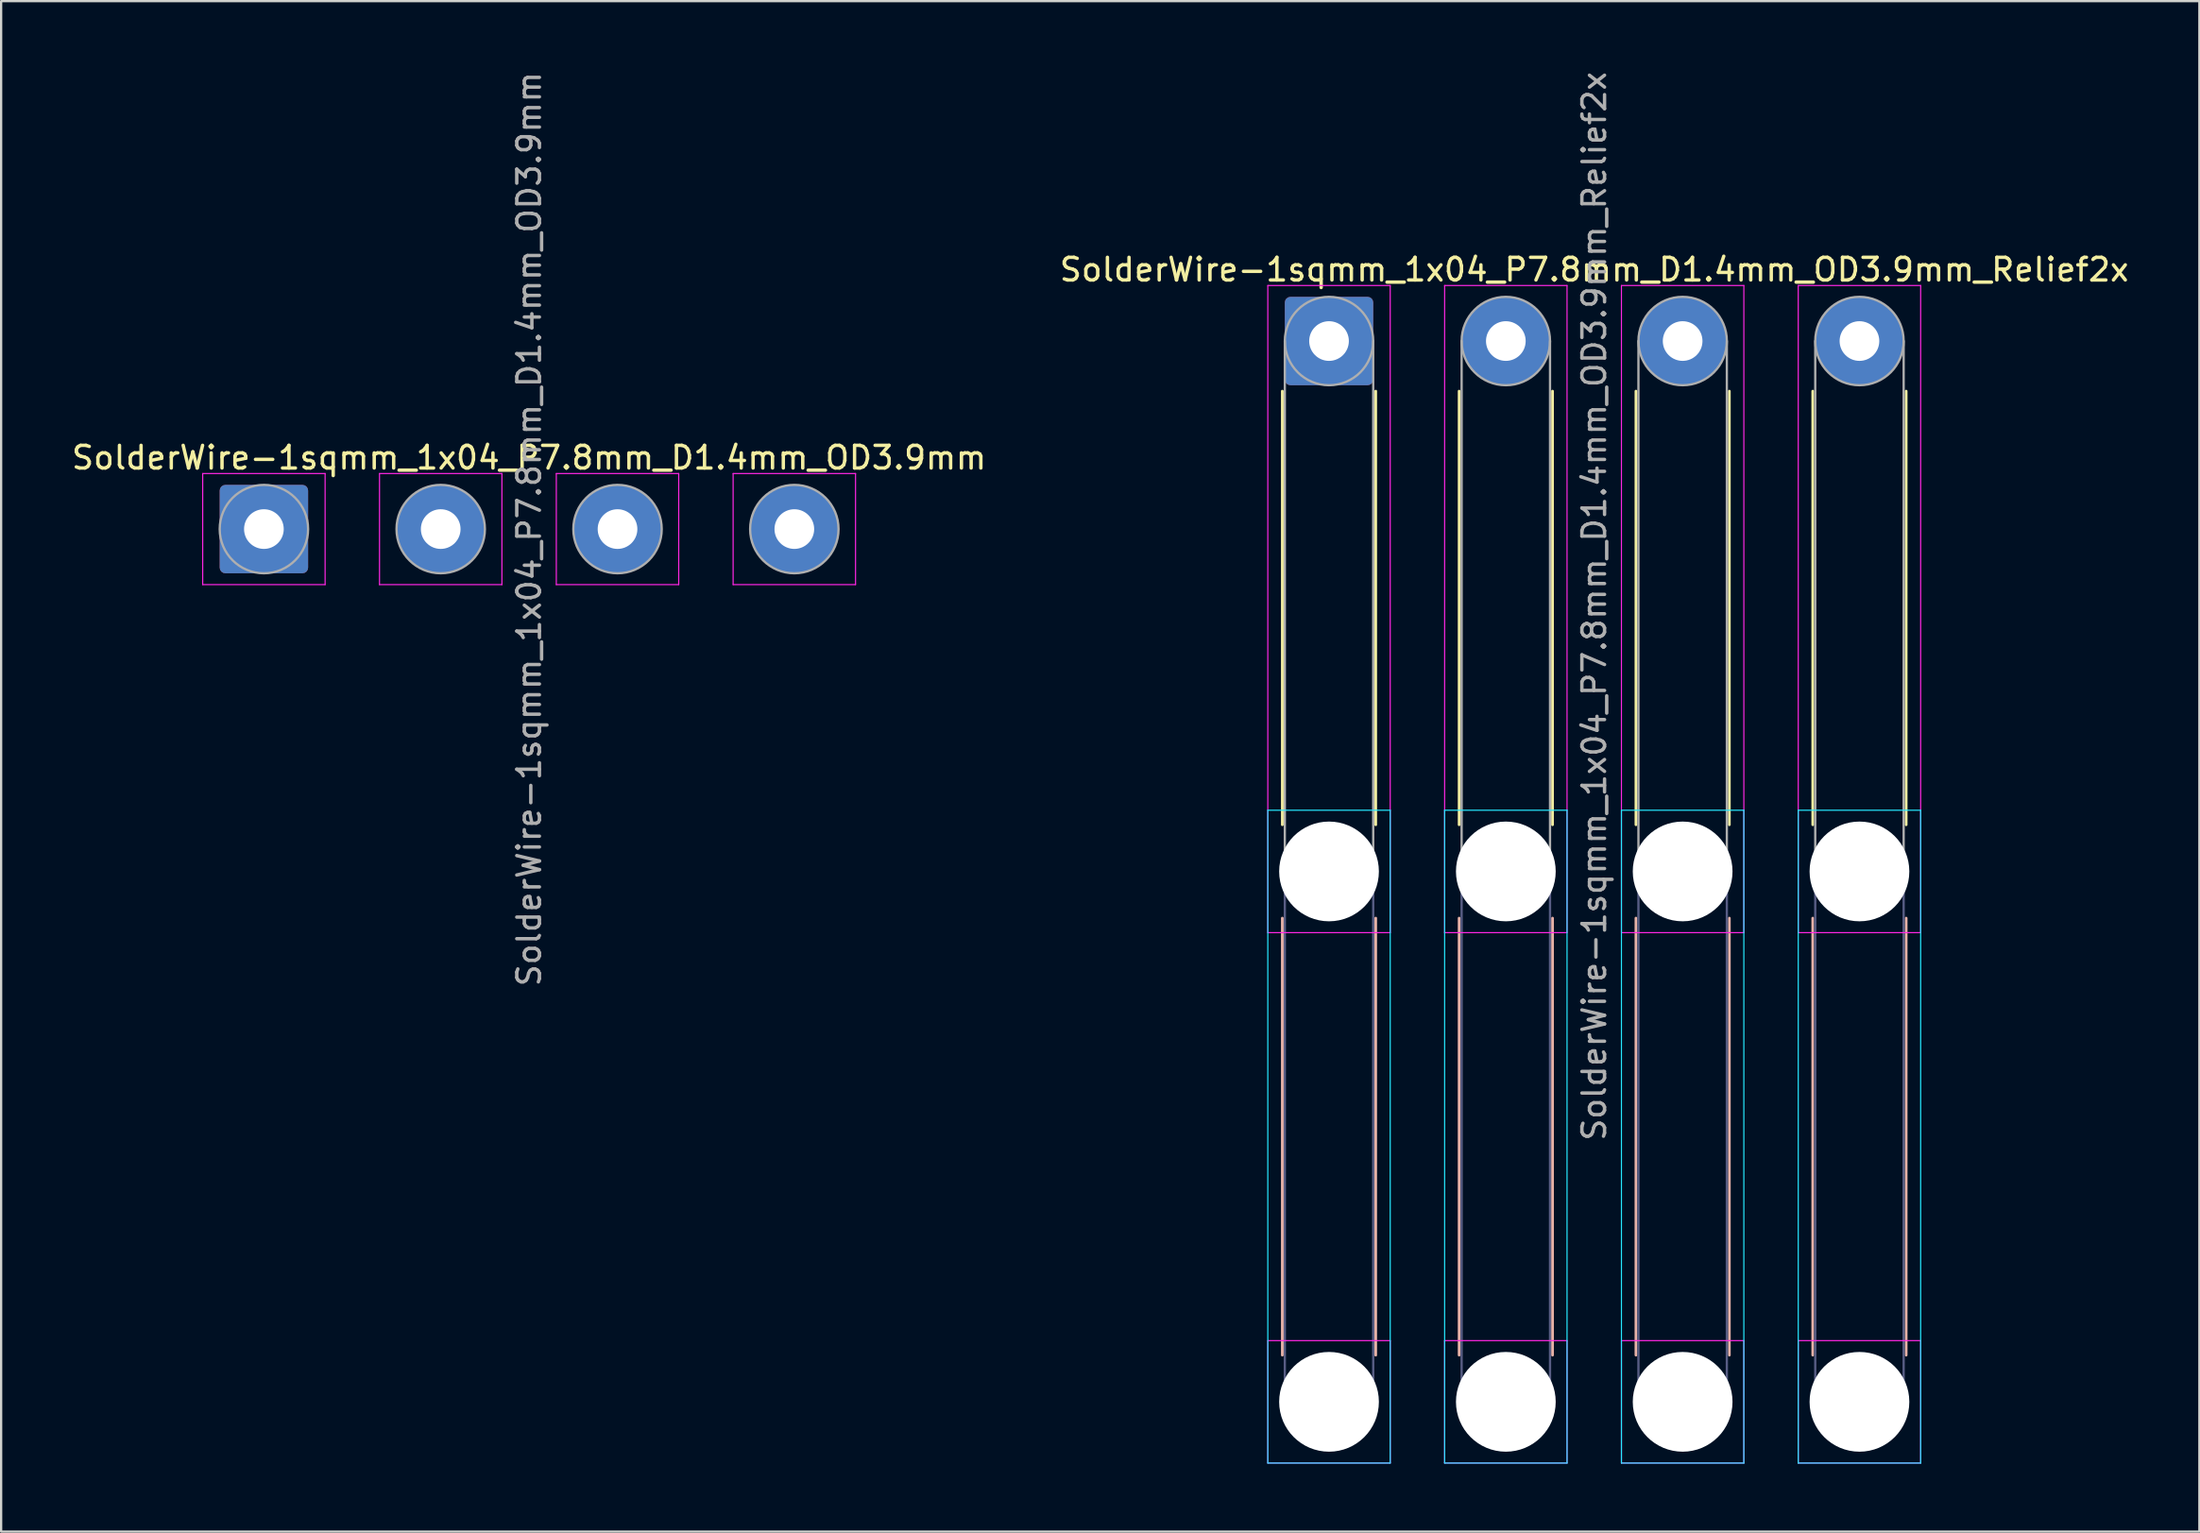
<source format=kicad_pcb>
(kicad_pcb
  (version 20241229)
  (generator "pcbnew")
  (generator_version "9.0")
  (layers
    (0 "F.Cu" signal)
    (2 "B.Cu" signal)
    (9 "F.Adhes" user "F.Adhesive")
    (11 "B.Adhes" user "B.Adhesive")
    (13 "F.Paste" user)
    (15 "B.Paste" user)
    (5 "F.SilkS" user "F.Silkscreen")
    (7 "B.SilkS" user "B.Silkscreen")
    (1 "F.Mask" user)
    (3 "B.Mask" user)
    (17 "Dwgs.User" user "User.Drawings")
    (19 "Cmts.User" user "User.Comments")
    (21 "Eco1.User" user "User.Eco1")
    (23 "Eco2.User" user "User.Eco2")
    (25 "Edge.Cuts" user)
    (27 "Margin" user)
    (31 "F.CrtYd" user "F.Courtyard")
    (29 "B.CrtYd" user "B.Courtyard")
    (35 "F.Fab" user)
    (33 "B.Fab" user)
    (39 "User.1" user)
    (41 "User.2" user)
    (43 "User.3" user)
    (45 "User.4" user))
  (footprint "SolderWire-1sqmm_1x04_P7.8mm_D1.4mm_OD3.9mm"
    (layer "F.Cu")
    (at 8.592 20.292)
    (property "Reference" "SolderWire-1sqmm_1x04_P7.8mm_D1.4mm_OD3.9mm" (at 11.7 -3.15 0) (layer "F.SilkS") (effects (font (size 1 1) (thickness 0.15))))
    (attr exclude_from_pos_files exclude_from_bom)
    (fp_line (start -2.7 -2.45) (end -2.7 2.45) (stroke (width 0.05) (type solid)) (layer "F.CrtYd"))
    (fp_line (start -2.7 2.45) (end 2.7 2.45) (stroke (width 0.05) (type solid)) (layer "F.CrtYd"))
    (fp_line (start 2.7 -2.45) (end -2.7 -2.45) (stroke (width 0.05) (type solid)) (layer "F.CrtYd"))
    (fp_line (start 2.7 2.45) (end 2.7 -2.45) (stroke (width 0.05) (type solid)) (layer "F.CrtYd"))
    (fp_line (start 5.1 -2.45) (end 5.1 2.45) (stroke (width 0.05) (type solid)) (layer "F.CrtYd"))
    (fp_line (start 5.1 2.45) (end 10.5 2.45) (stroke (width 0.05) (type solid)) (layer "F.CrtYd"))
    (fp_line (start 10.5 -2.45) (end 5.1 -2.45) (stroke (width 0.05) (type solid)) (layer "F.CrtYd"))
    (fp_line (start 10.5 2.45) (end 10.5 -2.45) (stroke (width 0.05) (type solid)) (layer "F.CrtYd"))
    (fp_line (start 12.9 -2.45) (end 12.9 2.45) (stroke (width 0.05) (type solid)) (layer "F.CrtYd"))
    (fp_line (start 12.9 2.45) (end 18.3 2.45) (stroke (width 0.05) (type solid)) (layer "F.CrtYd"))
    (fp_line (start 18.3 -2.45) (end 12.9 -2.45) (stroke (width 0.05) (type solid)) (layer "F.CrtYd"))
    (fp_line (start 18.3 2.45) (end 18.3 -2.45) (stroke (width 0.05) (type solid)) (layer "F.CrtYd"))
    (fp_line (start 20.7 -2.45) (end 20.7 2.45) (stroke (width 0.05) (type solid)) (layer "F.CrtYd"))
    (fp_line (start 20.7 2.45) (end 26.1 2.45) (stroke (width 0.05) (type solid)) (layer "F.CrtYd"))
    (fp_line (start 26.1 -2.45) (end 20.7 -2.45) (stroke (width 0.05) (type solid)) (layer "F.CrtYd"))
    (fp_line (start 26.1 2.45) (end 26.1 -2.45) (stroke (width 0.05) (type solid)) (layer "F.CrtYd"))
    (fp_circle (center 0 0) (end 1.95 0) (stroke (width 0.1) (type solid)) (fill no) (layer "F.Fab"))
    (fp_circle (center 7.8 0) (end 9.75 0) (stroke (width 0.1) (type solid)) (fill no) (layer "F.Fab"))
    (fp_circle (center 15.6 0) (end 17.55 0) (stroke (width 0.1) (type solid)) (fill no) (layer "F.Fab"))
    (fp_circle (center 23.4 0) (end 25.35 0) (stroke (width 0.1) (type solid)) (fill no) (layer "F.Fab"))
    (fp_text user "${REFERENCE}" (at 11.7 0 90) (layer "F.Fab") (effects (font (size 1 1) (thickness 0.15))))
    (pad "1" thru_hole roundrect (at 0 0) (size 3.9 3.9) (drill 1.75) (layers "*.Cu" "*.Mask") (roundrect_rratio 0.064))
    (pad "2" thru_hole circle (at 7.8 0) (size 3.9 3.9) (drill 1.75) (layers "*.Cu" "*.Mask"))
    (pad "3" thru_hole circle (at 15.6 0) (size 3.9 3.9) (drill 1.75) (layers "*.Cu" "*.Mask"))
    (pad "4" thru_hole circle (at 23.4 0) (size 3.9 3.9) (drill 1.75) (layers "*.Cu" "*.Mask")))
  (footprint "SolderWire-1sqmm_1x04_P7.8mm_D1.4mm_OD3.9mm_Relief2x"
    (layer "F.Cu")
    (at 55.58 11.996)
    (property "Reference" "SolderWire-1sqmm_1x04_P7.8mm_D1.4mm_OD3.9mm_Relief2x" (at 11.7 -3.15 0) (layer "F.SilkS") (effects (font (size 1 1) (thickness 0.15))))
    (attr exclude_from_pos_files exclude_from_bom)
    (fp_line (start -2.06 2.21) (end -2.06 21.34) (stroke (width 0.12) (type solid)) (layer "F.SilkS"))
    (fp_line (start 2.06 2.21) (end 2.06 21.34) (stroke (width 0.12) (type solid)) (layer "F.SilkS"))
    (fp_line (start 5.74 2.21) (end 5.74 21.34) (stroke (width 0.12) (type solid)) (layer "F.SilkS"))
    (fp_line (start 9.86 2.21) (end 9.86 21.34) (stroke (width 0.12) (type solid)) (layer "F.SilkS"))
    (fp_line (start 13.54 2.21) (end 13.54 21.34) (stroke (width 0.12) (type solid)) (layer "F.SilkS"))
    (fp_line (start 17.66 2.21) (end 17.66 21.34) (stroke (width 0.12) (type solid)) (layer "F.SilkS"))
    (fp_line (start 21.34 2.21) (end 21.34 21.34) (stroke (width 0.12) (type solid)) (layer "F.SilkS"))
    (fp_line (start 25.46 2.21) (end 25.46 21.34) (stroke (width 0.12) (type solid)) (layer "F.SilkS"))
    (fp_line (start -2.06 25.46) (end -2.06 44.74) (stroke (width 0.12) (type solid)) (layer "B.SilkS"))
    (fp_line (start 2.06 25.46) (end 2.06 44.74) (stroke (width 0.12) (type solid)) (layer "B.SilkS"))
    (fp_line (start 5.74 25.46) (end 5.74 44.74) (stroke (width 0.12) (type solid)) (layer "B.SilkS"))
    (fp_line (start 9.86 25.46) (end 9.86 44.74) (stroke (width 0.12) (type solid)) (layer "B.SilkS"))
    (fp_line (start 13.54 25.46) (end 13.54 44.74) (stroke (width 0.12) (type solid)) (layer "B.SilkS"))
    (fp_line (start 17.66 25.46) (end 17.66 44.74) (stroke (width 0.12) (type solid)) (layer "B.SilkS"))
    (fp_line (start 21.34 25.46) (end 21.34 44.74) (stroke (width 0.12) (type solid)) (layer "B.SilkS"))
    (fp_line (start 25.46 25.46) (end 25.46 44.74) (stroke (width 0.12) (type solid)) (layer "B.SilkS"))
    (fp_line (start -2.7 20.7) (end -2.7 49.5) (stroke (width 0.05) (type solid)) (layer "B.CrtYd"))
    (fp_line (start -2.7 49.5) (end 2.7 49.5) (stroke (width 0.05) (type solid)) (layer "B.CrtYd"))
    (fp_line (start 2.7 20.7) (end -2.7 20.7) (stroke (width 0.05) (type solid)) (layer "B.CrtYd"))
    (fp_line (start 2.7 49.5) (end 2.7 20.7) (stroke (width 0.05) (type solid)) (layer "B.CrtYd"))
    (fp_line (start 5.1 20.7) (end 5.1 49.5) (stroke (width 0.05) (type solid)) (layer "B.CrtYd"))
    (fp_line (start 5.1 49.5) (end 10.5 49.5) (stroke (width 0.05) (type solid)) (layer "B.CrtYd"))
    (fp_line (start 10.5 20.7) (end 5.1 20.7) (stroke (width 0.05) (type solid)) (layer "B.CrtYd"))
    (fp_line (start 10.5 49.5) (end 10.5 20.7) (stroke (width 0.05) (type solid)) (layer "B.CrtYd"))
    (fp_line (start 12.9 20.7) (end 12.9 49.5) (stroke (width 0.05) (type solid)) (layer "B.CrtYd"))
    (fp_line (start 12.9 49.5) (end 18.3 49.5) (stroke (width 0.05) (type solid)) (layer "B.CrtYd"))
    (fp_line (start 18.3 20.7) (end 12.9 20.7) (stroke (width 0.05) (type solid)) (layer "B.CrtYd"))
    (fp_line (start 18.3 49.5) (end 18.3 20.7) (stroke (width 0.05) (type solid)) (layer "B.CrtYd"))
    (fp_line (start 20.7 20.7) (end 20.7 49.5) (stroke (width 0.05) (type solid)) (layer "B.CrtYd"))
    (fp_line (start 20.7 49.5) (end 26.1 49.5) (stroke (width 0.05) (type solid)) (layer "B.CrtYd"))
    (fp_line (start 26.1 20.7) (end 20.7 20.7) (stroke (width 0.05) (type solid)) (layer "B.CrtYd"))
    (fp_line (start 26.1 49.5) (end 26.1 20.7) (stroke (width 0.05) (type solid)) (layer "B.CrtYd"))
    (fp_line (start -2.7 -2.45) (end -2.7 26.1) (stroke (width 0.05) (type solid)) (layer "F.CrtYd"))
    (fp_line (start -2.7 26.1) (end 2.7 26.1) (stroke (width 0.05) (type solid)) (layer "F.CrtYd"))
    (fp_line (start -2.7 44.1) (end -2.7 49.5) (stroke (width 0.05) (type solid)) (layer "F.CrtYd"))
    (fp_line (start -2.7 49.5) (end 2.7 49.5) (stroke (width 0.05) (type solid)) (layer "F.CrtYd"))
    (fp_line (start 2.7 -2.45) (end -2.7 -2.45) (stroke (width 0.05) (type solid)) (layer "F.CrtYd"))
    (fp_line (start 2.7 26.1) (end 2.7 -2.45) (stroke (width 0.05) (type solid)) (layer "F.CrtYd"))
    (fp_line (start 2.7 44.1) (end -2.7 44.1) (stroke (width 0.05) (type solid)) (layer "F.CrtYd"))
    (fp_line (start 2.7 49.5) (end 2.7 44.1) (stroke (width 0.05) (type solid)) (layer "F.CrtYd"))
    (fp_line (start 5.1 -2.45) (end 5.1 26.1) (stroke (width 0.05) (type solid)) (layer "F.CrtYd"))
    (fp_line (start 5.1 26.1) (end 10.5 26.1) (stroke (width 0.05) (type solid)) (layer "F.CrtYd"))
    (fp_line (start 5.1 44.1) (end 5.1 49.5) (stroke (width 0.05) (type solid)) (layer "F.CrtYd"))
    (fp_line (start 5.1 49.5) (end 10.5 49.5) (stroke (width 0.05) (type solid)) (layer "F.CrtYd"))
    (fp_line (start 10.5 -2.45) (end 5.1 -2.45) (stroke (width 0.05) (type solid)) (layer "F.CrtYd"))
    (fp_line (start 10.5 26.1) (end 10.5 -2.45) (stroke (width 0.05) (type solid)) (layer "F.CrtYd"))
    (fp_line (start 10.5 44.1) (end 5.1 44.1) (stroke (width 0.05) (type solid)) (layer "F.CrtYd"))
    (fp_line (start 10.5 49.5) (end 10.5 44.1) (stroke (width 0.05) (type solid)) (layer "F.CrtYd"))
    (fp_line (start 12.9 -2.45) (end 12.9 26.1) (stroke (width 0.05) (type solid)) (layer "F.CrtYd"))
    (fp_line (start 12.9 26.1) (end 18.3 26.1) (stroke (width 0.05) (type solid)) (layer "F.CrtYd"))
    (fp_line (start 12.9 44.1) (end 12.9 49.5) (stroke (width 0.05) (type solid)) (layer "F.CrtYd"))
    (fp_line (start 12.9 49.5) (end 18.3 49.5) (stroke (width 0.05) (type solid)) (layer "F.CrtYd"))
    (fp_line (start 18.3 -2.45) (end 12.9 -2.45) (stroke (width 0.05) (type solid)) (layer "F.CrtYd"))
    (fp_line (start 18.3 26.1) (end 18.3 -2.45) (stroke (width 0.05) (type solid)) (layer "F.CrtYd"))
    (fp_line (start 18.3 44.1) (end 12.9 44.1) (stroke (width 0.05) (type solid)) (layer "F.CrtYd"))
    (fp_line (start 18.3 49.5) (end 18.3 44.1) (stroke (width 0.05) (type solid)) (layer "F.CrtYd"))
    (fp_line (start 20.7 -2.45) (end 20.7 26.1) (stroke (width 0.05) (type solid)) (layer "F.CrtYd"))
    (fp_line (start 20.7 26.1) (end 26.1 26.1) (stroke (width 0.05) (type solid)) (layer "F.CrtYd"))
    (fp_line (start 20.7 44.1) (end 20.7 49.5) (stroke (width 0.05) (type solid)) (layer "F.CrtYd"))
    (fp_line (start 20.7 49.5) (end 26.1 49.5) (stroke (width 0.05) (type solid)) (layer "F.CrtYd"))
    (fp_line (start 26.1 -2.45) (end 20.7 -2.45) (stroke (width 0.05) (type solid)) (layer "F.CrtYd"))
    (fp_line (start 26.1 26.1) (end 26.1 -2.45) (stroke (width 0.05) (type solid)) (layer "F.CrtYd"))
    (fp_line (start 26.1 44.1) (end 20.7 44.1) (stroke (width 0.05) (type solid)) (layer "F.CrtYd"))
    (fp_line (start 26.1 49.5) (end 26.1 44.1) (stroke (width 0.05) (type solid)) (layer "F.CrtYd"))
    (fp_line (start -1.95 23.4) (end -1.95 46.8) (stroke (width 0.1) (type solid)) (layer "B.Fab"))
    (fp_line (start 1.95 23.4) (end 1.95 46.8) (stroke (width 0.1) (type solid)) (layer "B.Fab"))
    (fp_line (start 5.85 23.4) (end 5.85 46.8) (stroke (width 0.1) (type solid)) (layer "B.Fab"))
    (fp_line (start 9.75 23.4) (end 9.75 46.8) (stroke (width 0.1) (type solid)) (layer "B.Fab"))
    (fp_line (start 13.65 23.4) (end 13.65 46.8) (stroke (width 0.1) (type solid)) (layer "B.Fab"))
    (fp_line (start 17.55 23.4) (end 17.55 46.8) (stroke (width 0.1) (type solid)) (layer "B.Fab"))
    (fp_line (start 21.45 23.4) (end 21.45 46.8) (stroke (width 0.1) (type solid)) (layer "B.Fab"))
    (fp_line (start 25.35 23.4) (end 25.35 46.8) (stroke (width 0.1) (type solid)) (layer "B.Fab"))
    (fp_circle (center 0 23.4) (end 1.95 23.4) (stroke (width 0.1) (type solid)) (fill no) (layer "B.Fab"))
    (fp_circle (center 0 46.8) (end 1.95 46.8) (stroke (width 0.1) (type solid)) (fill no) (layer "B.Fab"))
    (fp_circle (center 7.8 23.4) (end 9.75 23.4) (stroke (width 0.1) (type solid)) (fill no) (layer "B.Fab"))
    (fp_circle (center 7.8 46.8) (end 9.75 46.8) (stroke (width 0.1) (type solid)) (fill no) (layer "B.Fab"))
    (fp_circle (center 15.6 23.4) (end 17.55 23.4) (stroke (width 0.1) (type solid)) (fill no) (layer "B.Fab"))
    (fp_circle (center 15.6 46.8) (end 17.55 46.8) (stroke (width 0.1) (type solid)) (fill no) (layer "B.Fab"))
    (fp_circle (center 23.4 23.4) (end 25.35 23.4) (stroke (width 0.1) (type solid)) (fill no) (layer "B.Fab"))
    (fp_circle (center 23.4 46.8) (end 25.35 46.8) (stroke (width 0.1) (type solid)) (fill no) (layer "B.Fab"))
    (fp_line (start -1.95 0) (end -1.95 23.4) (stroke (width 0.1) (type solid)) (layer "F.Fab"))
    (fp_line (start 1.95 0) (end 1.95 23.4) (stroke (width 0.1) (type solid)) (layer "F.Fab"))
    (fp_line (start 5.85 0) (end 5.85 23.4) (stroke (width 0.1) (type solid)) (layer "F.Fab"))
    (fp_line (start 9.75 0) (end 9.75 23.4) (stroke (width 0.1) (type solid)) (layer "F.Fab"))
    (fp_line (start 13.65 0) (end 13.65 23.4) (stroke (width 0.1) (type solid)) (layer "F.Fab"))
    (fp_line (start 17.55 0) (end 17.55 23.4) (stroke (width 0.1) (type solid)) (layer "F.Fab"))
    (fp_line (start 21.45 0) (end 21.45 23.4) (stroke (width 0.1) (type solid)) (layer "F.Fab"))
    (fp_line (start 25.35 0) (end 25.35 23.4) (stroke (width 0.1) (type solid)) (layer "F.Fab"))
    (fp_circle (center 0 0) (end 1.95 0) (stroke (width 0.1) (type solid)) (fill no) (layer "F.Fab"))
    (fp_circle (center 0 23.4) (end 1.95 23.4) (stroke (width 0.1) (type solid)) (fill no) (layer "F.Fab"))
    (fp_circle (center 0 46.8) (end 1.95 46.8) (stroke (width 0.1) (type solid)) (fill no) (layer "F.Fab"))
    (fp_circle (center 7.8 0) (end 9.75 0) (stroke (width 0.1) (type solid)) (fill no) (layer "F.Fab"))
    (fp_circle (center 7.8 23.4) (end 9.75 23.4) (stroke (width 0.1) (type solid)) (fill no) (layer "F.Fab"))
    (fp_circle (center 7.8 46.8) (end 9.75 46.8) (stroke (width 0.1) (type solid)) (fill no) (layer "F.Fab"))
    (fp_circle (center 15.6 0) (end 17.55 0) (stroke (width 0.1) (type solid)) (fill no) (layer "F.Fab"))
    (fp_circle (center 15.6 23.4) (end 17.55 23.4) (stroke (width 0.1) (type solid)) (fill no) (layer "F.Fab"))
    (fp_circle (center 15.6 46.8) (end 17.55 46.8) (stroke (width 0.1) (type solid)) (fill no) (layer "F.Fab"))
    (fp_circle (center 23.4 0) (end 25.35 0) (stroke (width 0.1) (type solid)) (fill no) (layer "F.Fab"))
    (fp_circle (center 23.4 23.4) (end 25.35 23.4) (stroke (width 0.1) (type solid)) (fill no) (layer "F.Fab"))
    (fp_circle (center 23.4 46.8) (end 25.35 46.8) (stroke (width 0.1) (type solid)) (fill no) (layer "F.Fab"))
    (fp_text user "${REFERENCE}" (at 11.7 11.7 90) (layer "F.Fab") (effects (font (size 1 1) (thickness 0.15))))
    (pad "" np_thru_hole circle (at 0 23.4) (size 4.4 4.4) (drill 4.4) (layers "*.Cu" "*.Mask"))
    (pad "" np_thru_hole circle (at 0 46.8) (size 4.4 4.4) (drill 4.4) (layers "*.Cu" "*.Mask"))
    (pad "" np_thru_hole circle (at 7.8 23.4) (size 4.4 4.4) (drill 4.4) (layers "*.Cu" "*.Mask"))
    (pad "" np_thru_hole circle (at 7.8 46.8) (size 4.4 4.4) (drill 4.4) (layers "*.Cu" "*.Mask"))
    (pad "" np_thru_hole circle (at 15.6 23.4) (size 4.4 4.4) (drill 4.4) (layers "*.Cu" "*.Mask"))
    (pad "" np_thru_hole circle (at 15.6 46.8) (size 4.4 4.4) (drill 4.4) (layers "*.Cu" "*.Mask"))
    (pad "" np_thru_hole circle (at 23.4 23.4) (size 4.4 4.4) (drill 4.4) (layers "*.Cu" "*.Mask"))
    (pad "" np_thru_hole circle (at 23.4 46.8) (size 4.4 4.4) (drill 4.4) (layers "*.Cu" "*.Mask"))
    (pad "1" thru_hole roundrect (at 0 0) (size 3.9 3.9) (drill 1.75) (layers "*.Cu" "*.Mask") (roundrect_rratio 0.064))
    (pad "2" thru_hole circle (at 7.8 0) (size 3.9 3.9) (drill 1.75) (layers "*.Cu" "*.Mask"))
    (pad "3" thru_hole circle (at 15.6 0) (size 3.9 3.9) (drill 1.75) (layers "*.Cu" "*.Mask"))
    (pad "4" thru_hole circle (at 23.4 0) (size 3.9 3.9) (drill 1.75) (layers "*.Cu" "*.Mask")))
  (gr_rect
    (start -3 -3)
    (end 93.976 64.521)
    (stroke (width 0.1) (type default))
    (fill no)
    (layer "Edge.Cuts")))
</source>
